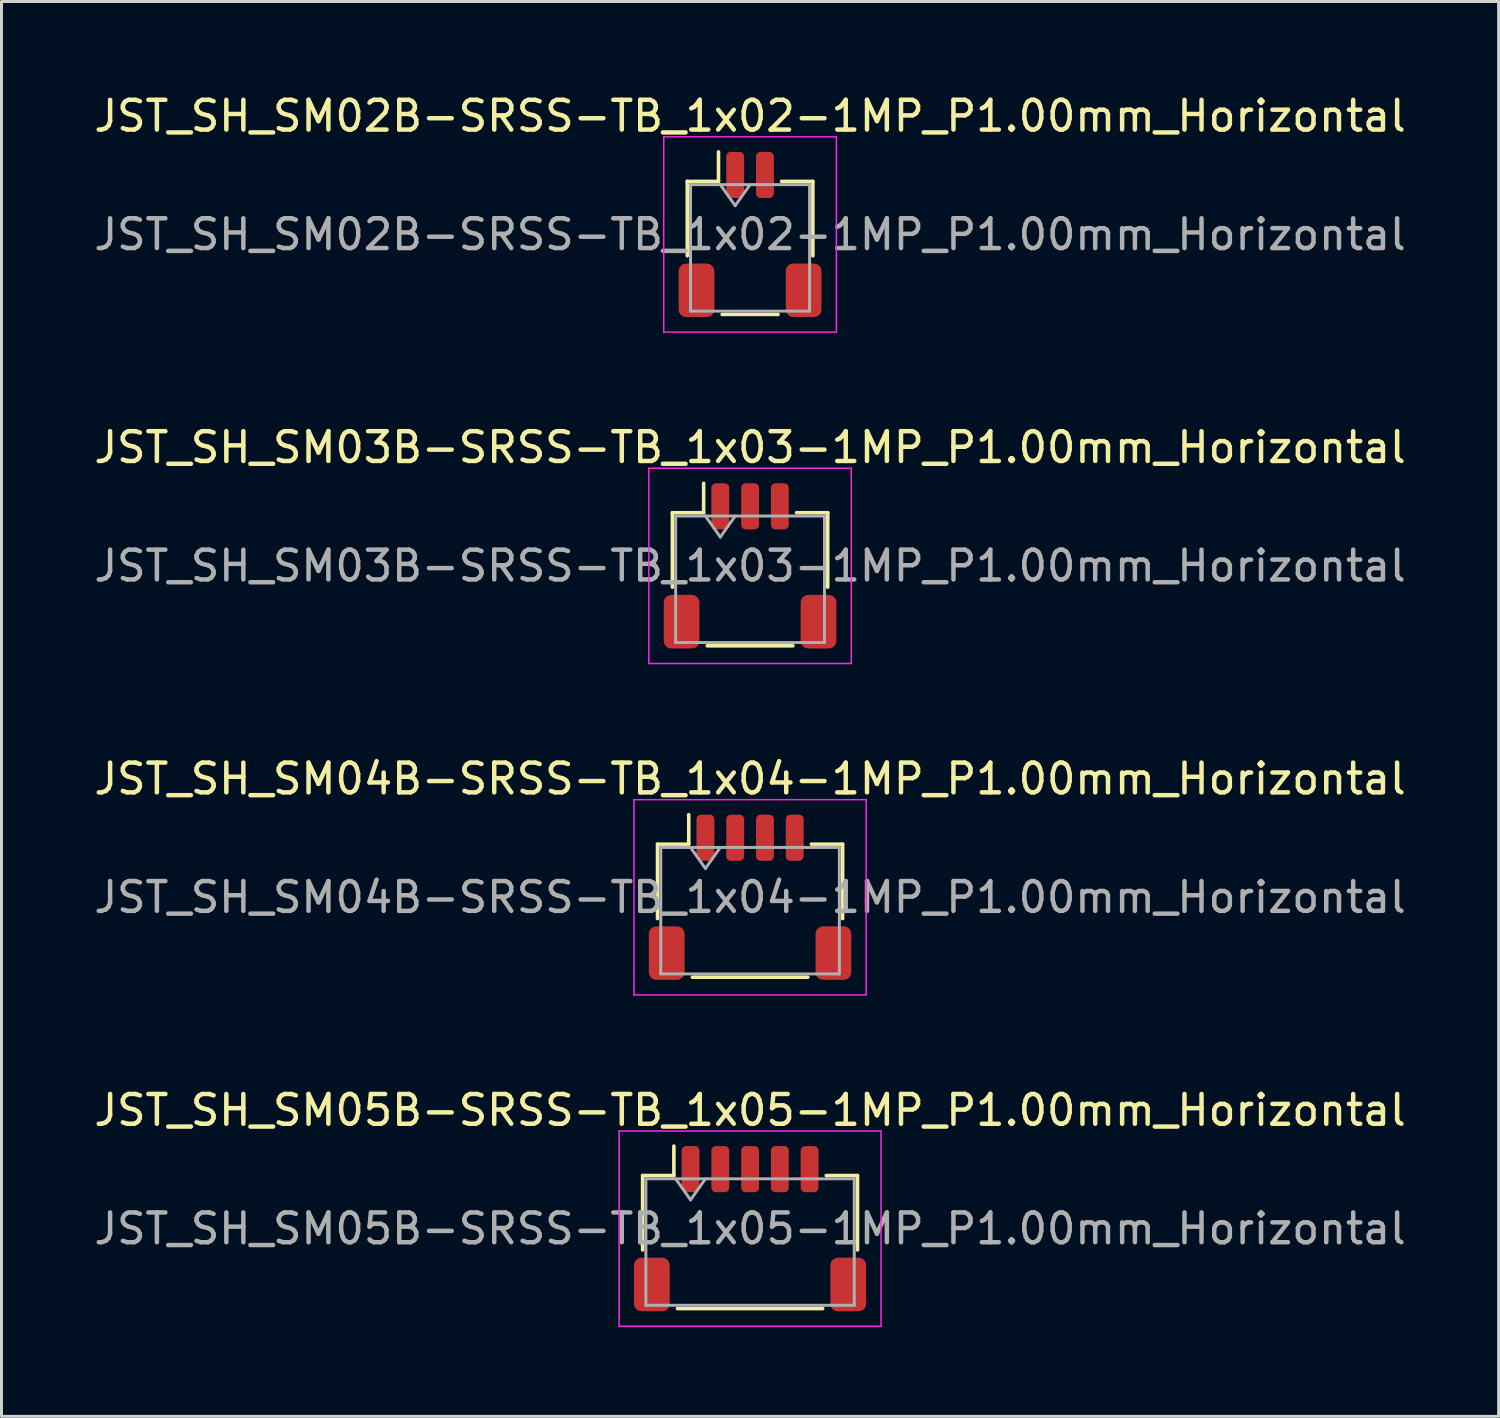
<source format=kicad_pcb>
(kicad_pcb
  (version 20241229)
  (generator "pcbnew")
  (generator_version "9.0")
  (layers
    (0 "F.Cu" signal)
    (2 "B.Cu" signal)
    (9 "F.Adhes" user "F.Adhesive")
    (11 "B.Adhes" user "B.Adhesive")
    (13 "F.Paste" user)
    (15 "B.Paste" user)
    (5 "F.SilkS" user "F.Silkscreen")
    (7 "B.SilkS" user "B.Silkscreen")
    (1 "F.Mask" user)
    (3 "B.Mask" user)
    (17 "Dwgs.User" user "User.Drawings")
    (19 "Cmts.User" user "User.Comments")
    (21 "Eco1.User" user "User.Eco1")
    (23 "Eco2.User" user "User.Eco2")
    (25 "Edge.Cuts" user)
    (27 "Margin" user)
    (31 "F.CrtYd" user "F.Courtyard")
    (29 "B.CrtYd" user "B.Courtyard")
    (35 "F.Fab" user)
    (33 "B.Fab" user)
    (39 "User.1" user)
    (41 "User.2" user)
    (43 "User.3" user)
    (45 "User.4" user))
  (footprint "JST_SH_SM03B-SRSS-TB_1x03-1MP_P1.00mm_Horizontal"
    (layer "F.Cu")
    (at 22.149 15.961)
    (property "Reference" "JST_SH_SM03B-SRSS-TB_1x03-1MP_P1.00mm_Horizontal" (at 0 -3.98 0) (layer "F.SilkS") (effects (font (size 1 1) (thickness 0.15))))
    (attr smd)
    (fp_line (start -2.61 -1.785) (end -1.56 -1.785) (stroke (width 0.12) (type solid)) (layer "F.SilkS"))
    (fp_line (start -2.61 0.715) (end -2.61 -1.785) (stroke (width 0.12) (type solid)) (layer "F.SilkS"))
    (fp_line (start -1.56 -1.785) (end -1.56 -2.775) (stroke (width 0.12) (type solid)) (layer "F.SilkS"))
    (fp_line (start -1.44 2.685) (end 1.44 2.685) (stroke (width 0.12) (type solid)) (layer "F.SilkS"))
    (fp_line (start 2.61 -1.785) (end 1.56 -1.785) (stroke (width 0.12) (type solid)) (layer "F.SilkS"))
    (fp_line (start 2.61 0.715) (end 2.61 -1.785) (stroke (width 0.12) (type solid)) (layer "F.SilkS"))
    (fp_line (start -3.4 -3.28) (end -3.4 3.28) (stroke (width 0.05) (type solid)) (layer "F.CrtYd"))
    (fp_line (start -3.4 3.28) (end 3.4 3.28) (stroke (width 0.05) (type solid)) (layer "F.CrtYd"))
    (fp_line (start 3.4 -3.28) (end -3.4 -3.28) (stroke (width 0.05) (type solid)) (layer "F.CrtYd"))
    (fp_line (start 3.4 3.28) (end 3.4 -3.28) (stroke (width 0.05) (type solid)) (layer "F.CrtYd"))
    (fp_line (start -2.5 -1.675) (end -2.5 2.575) (stroke (width 0.1) (type solid)) (layer "F.Fab"))
    (fp_line (start -2.5 -1.675) (end 2.5 -1.675) (stroke (width 0.1) (type solid)) (layer "F.Fab"))
    (fp_line (start -2.5 2.575) (end 2.5 2.575) (stroke (width 0.1) (type solid)) (layer "F.Fab"))
    (fp_line (start -1.5 -1.675) (end -1 -0.968) (stroke (width 0.1) (type solid)) (layer "F.Fab"))
    (fp_line (start -1 -0.968) (end -0.5 -1.675) (stroke (width 0.1) (type solid)) (layer "F.Fab"))
    (fp_line (start 2.5 -1.675) (end 2.5 2.575) (stroke (width 0.1) (type solid)) (layer "F.Fab"))
    (fp_text user "${REFERENCE}" (at 0 0 0) (layer "F.Fab") (effects (font (size 1 1) (thickness 0.15))))
    (pad "1" smd roundrect (at -1 -2) (size 0.6 1.55) (layers "F.Cu" "F.Mask" "F.Paste") (roundrect_rratio 0.25))
    (pad "2" smd roundrect (at 0 -2) (size 0.6 1.55) (layers "F.Cu" "F.Mask" "F.Paste") (roundrect_rratio 0.25))
    (pad "3" smd roundrect (at 1 -2) (size 0.6 1.55) (layers "F.Cu" "F.Mask" "F.Paste") (roundrect_rratio 0.25))
    (pad "MP" smd roundrect (at -2.3 1.875) (size 1.2 1.8) (layers "F.Cu" "F.Mask" "F.Paste") (roundrect_rratio 0.208))
    (pad "MP" smd roundrect (at 2.3 1.875) (size 1.2 1.8) (layers "F.Cu" "F.Mask" "F.Paste") (roundrect_rratio 0.208)))
  (footprint "JST_SH_SM02B-SRSS-TB_1x02-1MP_P1.00mm_Horizontal"
    (layer "F.Cu")
    (at 22.149 4.828)
    (property "Reference" "JST_SH_SM02B-SRSS-TB_1x02-1MP_P1.00mm_Horizontal" (at 0 -3.98 0) (layer "F.SilkS") (effects (font (size 1 1) (thickness 0.15))))
    (attr smd)
    (fp_line (start -2.11 -1.785) (end -1.06 -1.785) (stroke (width 0.12) (type solid)) (layer "F.SilkS"))
    (fp_line (start -2.11 0.715) (end -2.11 -1.785) (stroke (width 0.12) (type solid)) (layer "F.SilkS"))
    (fp_line (start -1.06 -1.785) (end -1.06 -2.775) (stroke (width 0.12) (type solid)) (layer "F.SilkS"))
    (fp_line (start -0.94 2.685) (end 0.94 2.685) (stroke (width 0.12) (type solid)) (layer "F.SilkS"))
    (fp_line (start 2.11 -1.785) (end 1.06 -1.785) (stroke (width 0.12) (type solid)) (layer "F.SilkS"))
    (fp_line (start 2.11 0.715) (end 2.11 -1.785) (stroke (width 0.12) (type solid)) (layer "F.SilkS"))
    (fp_line (start -2.9 -3.28) (end -2.9 3.28) (stroke (width 0.05) (type solid)) (layer "F.CrtYd"))
    (fp_line (start -2.9 3.28) (end 2.9 3.28) (stroke (width 0.05) (type solid)) (layer "F.CrtYd"))
    (fp_line (start 2.9 -3.28) (end -2.9 -3.28) (stroke (width 0.05) (type solid)) (layer "F.CrtYd"))
    (fp_line (start 2.9 3.28) (end 2.9 -3.28) (stroke (width 0.05) (type solid)) (layer "F.CrtYd"))
    (fp_line (start -2 -1.675) (end -2 2.575) (stroke (width 0.1) (type solid)) (layer "F.Fab"))
    (fp_line (start -2 -1.675) (end 2 -1.675) (stroke (width 0.1) (type solid)) (layer "F.Fab"))
    (fp_line (start -2 2.575) (end 2 2.575) (stroke (width 0.1) (type solid)) (layer "F.Fab"))
    (fp_line (start -1 -1.675) (end -0.5 -0.968) (stroke (width 0.1) (type solid)) (layer "F.Fab"))
    (fp_line (start -0.5 -0.968) (end 0 -1.675) (stroke (width 0.1) (type solid)) (layer "F.Fab"))
    (fp_line (start 2 -1.675) (end 2 2.575) (stroke (width 0.1) (type solid)) (layer "F.Fab"))
    (fp_text user "${REFERENCE}" (at 0 0 0) (layer "F.Fab") (effects (font (size 1 1) (thickness 0.15))))
    (pad "1" smd roundrect (at -0.5 -2) (size 0.6 1.55) (layers "F.Cu" "F.Mask" "F.Paste") (roundrect_rratio 0.25))
    (pad "2" smd roundrect (at 0.5 -2) (size 0.6 1.55) (layers "F.Cu" "F.Mask" "F.Paste") (roundrect_rratio 0.25))
    (pad "MP" smd roundrect (at -1.8 1.875) (size 1.2 1.8) (layers "F.Cu" "F.Mask" "F.Paste") (roundrect_rratio 0.208))
    (pad "MP" smd roundrect (at 1.8 1.875) (size 1.2 1.8) (layers "F.Cu" "F.Mask" "F.Paste") (roundrect_rratio 0.208)))
  (footprint "JST_SH_SM05B-SRSS-TB_1x05-1MP_P1.00mm_Horizontal"
    (layer "F.Cu")
    (at 22.149 38.228)
    (property "Reference" "JST_SH_SM05B-SRSS-TB_1x05-1MP_P1.00mm_Horizontal" (at 0 -3.98 0) (layer "F.SilkS") (effects (font (size 1 1) (thickness 0.15))))
    (attr smd)
    (fp_line (start -3.61 -1.785) (end -2.56 -1.785) (stroke (width 0.12) (type solid)) (layer "F.SilkS"))
    (fp_line (start -3.61 0.715) (end -3.61 -1.785) (stroke (width 0.12) (type solid)) (layer "F.SilkS"))
    (fp_line (start -2.56 -1.785) (end -2.56 -2.775) (stroke (width 0.12) (type solid)) (layer "F.SilkS"))
    (fp_line (start -2.44 2.685) (end 2.44 2.685) (stroke (width 0.12) (type solid)) (layer "F.SilkS"))
    (fp_line (start 3.61 -1.785) (end 2.56 -1.785) (stroke (width 0.12) (type solid)) (layer "F.SilkS"))
    (fp_line (start 3.61 0.715) (end 3.61 -1.785) (stroke (width 0.12) (type solid)) (layer "F.SilkS"))
    (fp_line (start -4.4 -3.28) (end -4.4 3.28) (stroke (width 0.05) (type solid)) (layer "F.CrtYd"))
    (fp_line (start -4.4 3.28) (end 4.4 3.28) (stroke (width 0.05) (type solid)) (layer "F.CrtYd"))
    (fp_line (start 4.4 -3.28) (end -4.4 -3.28) (stroke (width 0.05) (type solid)) (layer "F.CrtYd"))
    (fp_line (start 4.4 3.28) (end 4.4 -3.28) (stroke (width 0.05) (type solid)) (layer "F.CrtYd"))
    (fp_line (start -3.5 -1.675) (end -3.5 2.575) (stroke (width 0.1) (type solid)) (layer "F.Fab"))
    (fp_line (start -3.5 -1.675) (end 3.5 -1.675) (stroke (width 0.1) (type solid)) (layer "F.Fab"))
    (fp_line (start -3.5 2.575) (end 3.5 2.575) (stroke (width 0.1) (type solid)) (layer "F.Fab"))
    (fp_line (start -2.5 -1.675) (end -2 -0.968) (stroke (width 0.1) (type solid)) (layer "F.Fab"))
    (fp_line (start -2 -0.968) (end -1.5 -1.675) (stroke (width 0.1) (type solid)) (layer "F.Fab"))
    (fp_line (start 3.5 -1.675) (end 3.5 2.575) (stroke (width 0.1) (type solid)) (layer "F.Fab"))
    (fp_text user "${REFERENCE}" (at 0 0 0) (layer "F.Fab") (effects (font (size 1 1) (thickness 0.15))))
    (pad "1" smd roundrect (at -2 -2) (size 0.6 1.55) (layers "F.Cu" "F.Mask" "F.Paste") (roundrect_rratio 0.25))
    (pad "2" smd roundrect (at -1 -2) (size 0.6 1.55) (layers "F.Cu" "F.Mask" "F.Paste") (roundrect_rratio 0.25))
    (pad "3" smd roundrect (at 0 -2) (size 0.6 1.55) (layers "F.Cu" "F.Mask" "F.Paste") (roundrect_rratio 0.25))
    (pad "4" smd roundrect (at 1 -2) (size 0.6 1.55) (layers "F.Cu" "F.Mask" "F.Paste") (roundrect_rratio 0.25))
    (pad "5" smd roundrect (at 2 -2) (size 0.6 1.55) (layers "F.Cu" "F.Mask" "F.Paste") (roundrect_rratio 0.25))
    (pad "MP" smd roundrect (at -3.3 1.875) (size 1.2 1.8) (layers "F.Cu" "F.Mask" "F.Paste") (roundrect_rratio 0.208))
    (pad "MP" smd roundrect (at 3.3 1.875) (size 1.2 1.8) (layers "F.Cu" "F.Mask" "F.Paste") (roundrect_rratio 0.208)))
  (footprint "JST_SH_SM04B-SRSS-TB_1x04-1MP_P1.00mm_Horizontal"
    (layer "F.Cu")
    (at 22.149 27.095)
    (property "Reference" "JST_SH_SM04B-SRSS-TB_1x04-1MP_P1.00mm_Horizontal" (at 0 -3.98 0) (layer "F.SilkS") (effects (font (size 1 1) (thickness 0.15))))
    (attr smd)
    (fp_line (start -3.11 -1.785) (end -2.06 -1.785) (stroke (width 0.12) (type solid)) (layer "F.SilkS"))
    (fp_line (start -3.11 0.715) (end -3.11 -1.785) (stroke (width 0.12) (type solid)) (layer "F.SilkS"))
    (fp_line (start -2.06 -1.785) (end -2.06 -2.775) (stroke (width 0.12) (type solid)) (layer "F.SilkS"))
    (fp_line (start -1.94 2.685) (end 1.94 2.685) (stroke (width 0.12) (type solid)) (layer "F.SilkS"))
    (fp_line (start 3.11 -1.785) (end 2.06 -1.785) (stroke (width 0.12) (type solid)) (layer "F.SilkS"))
    (fp_line (start 3.11 0.715) (end 3.11 -1.785) (stroke (width 0.12) (type solid)) (layer "F.SilkS"))
    (fp_line (start -3.9 -3.28) (end -3.9 3.28) (stroke (width 0.05) (type solid)) (layer "F.CrtYd"))
    (fp_line (start -3.9 3.28) (end 3.9 3.28) (stroke (width 0.05) (type solid)) (layer "F.CrtYd"))
    (fp_line (start 3.9 -3.28) (end -3.9 -3.28) (stroke (width 0.05) (type solid)) (layer "F.CrtYd"))
    (fp_line (start 3.9 3.28) (end 3.9 -3.28) (stroke (width 0.05) (type solid)) (layer "F.CrtYd"))
    (fp_line (start -3 -1.675) (end -3 2.575) (stroke (width 0.1) (type solid)) (layer "F.Fab"))
    (fp_line (start -3 -1.675) (end 3 -1.675) (stroke (width 0.1) (type solid)) (layer "F.Fab"))
    (fp_line (start -3 2.575) (end 3 2.575) (stroke (width 0.1) (type solid)) (layer "F.Fab"))
    (fp_line (start -2 -1.675) (end -1.5 -0.968) (stroke (width 0.1) (type solid)) (layer "F.Fab"))
    (fp_line (start -1.5 -0.968) (end -1 -1.675) (stroke (width 0.1) (type solid)) (layer "F.Fab"))
    (fp_line (start 3 -1.675) (end 3 2.575) (stroke (width 0.1) (type solid)) (layer "F.Fab"))
    (fp_text user "${REFERENCE}" (at 0 0 0) (layer "F.Fab") (effects (font (size 1 1) (thickness 0.15))))
    (pad "1" smd roundrect (at -1.5 -2) (size 0.6 1.55) (layers "F.Cu" "F.Mask" "F.Paste") (roundrect_rratio 0.25))
    (pad "2" smd roundrect (at -0.5 -2) (size 0.6 1.55) (layers "F.Cu" "F.Mask" "F.Paste") (roundrect_rratio 0.25))
    (pad "3" smd roundrect (at 0.5 -2) (size 0.6 1.55) (layers "F.Cu" "F.Mask" "F.Paste") (roundrect_rratio 0.25))
    (pad "4" smd roundrect (at 1.5 -2) (size 0.6 1.55) (layers "F.Cu" "F.Mask" "F.Paste") (roundrect_rratio 0.25))
    (pad "MP" smd roundrect (at -2.8 1.875) (size 1.2 1.8) (layers "F.Cu" "F.Mask" "F.Paste") (roundrect_rratio 0.208))
    (pad "MP" smd roundrect (at 2.8 1.875) (size 1.2 1.8) (layers "F.Cu" "F.Mask" "F.Paste") (roundrect_rratio 0.208)))
  (gr_rect
    (start -3 -3)
    (end 47.298 44.533)
    (stroke (width 0.1) (type default))
    (fill no)
    (layer "Edge.Cuts")))
</source>
